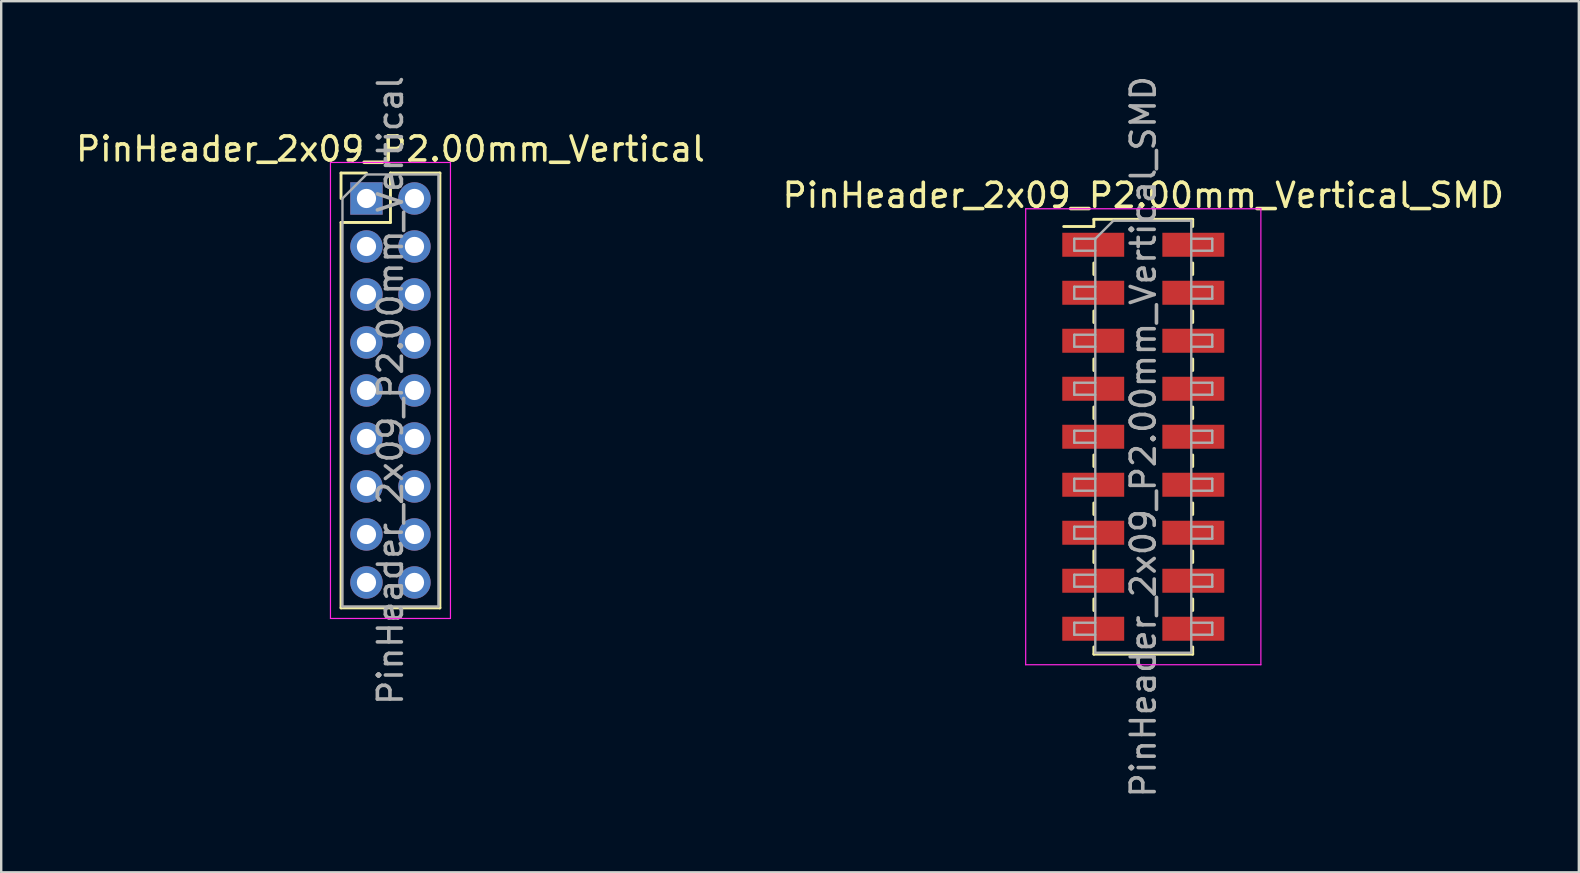
<source format=kicad_pcb>
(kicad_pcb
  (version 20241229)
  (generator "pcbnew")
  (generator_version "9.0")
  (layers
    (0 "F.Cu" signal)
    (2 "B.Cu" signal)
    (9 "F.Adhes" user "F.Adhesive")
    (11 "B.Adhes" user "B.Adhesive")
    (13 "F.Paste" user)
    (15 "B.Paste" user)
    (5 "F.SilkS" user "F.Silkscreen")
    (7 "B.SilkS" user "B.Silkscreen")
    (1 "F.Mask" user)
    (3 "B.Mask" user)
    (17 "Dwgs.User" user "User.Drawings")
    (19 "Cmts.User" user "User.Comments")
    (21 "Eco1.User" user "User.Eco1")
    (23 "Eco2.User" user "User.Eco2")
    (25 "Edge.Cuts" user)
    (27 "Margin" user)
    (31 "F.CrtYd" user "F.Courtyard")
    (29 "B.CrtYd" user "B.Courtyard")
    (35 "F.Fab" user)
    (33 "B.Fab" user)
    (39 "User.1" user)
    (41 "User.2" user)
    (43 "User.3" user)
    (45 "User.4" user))
  (footprint "PinHeader_2x09_P2.00mm_Vertical_SMD"
    (layer "F.Cu")
    (at 44.589 15.149)
    (property "Reference" "PinHeader_2x09_P2.00mm_Vertical_SMD" (at 0 -10.06 0) (layer "F.SilkS") (effects (font (size 1 1) (thickness 0.15))))
    (attr smd)
    (fp_line (start -3.315 -8.76) (end -2.06 -8.76) (stroke (width 0.12) (type solid)) (layer "F.SilkS"))
    (fp_line (start -2.06 -9.06) (end -2.06 -8.76) (stroke (width 0.12) (type solid)) (layer "F.SilkS"))
    (fp_line (start -2.06 -9.06) (end 2.06 -9.06) (stroke (width 0.12) (type solid)) (layer "F.SilkS"))
    (fp_line (start -2.06 -7.24) (end -2.06 -6.76) (stroke (width 0.12) (type solid)) (layer "F.SilkS"))
    (fp_line (start -2.06 -5.24) (end -2.06 -4.76) (stroke (width 0.12) (type solid)) (layer "F.SilkS"))
    (fp_line (start -2.06 -3.24) (end -2.06 -2.76) (stroke (width 0.12) (type solid)) (layer "F.SilkS"))
    (fp_line (start -2.06 -1.24) (end -2.06 -0.76) (stroke (width 0.12) (type solid)) (layer "F.SilkS"))
    (fp_line (start -2.06 0.76) (end -2.06 1.24) (stroke (width 0.12) (type solid)) (layer "F.SilkS"))
    (fp_line (start -2.06 2.76) (end -2.06 3.24) (stroke (width 0.12) (type solid)) (layer "F.SilkS"))
    (fp_line (start -2.06 4.76) (end -2.06 5.24) (stroke (width 0.12) (type solid)) (layer "F.SilkS"))
    (fp_line (start -2.06 6.76) (end -2.06 7.24) (stroke (width 0.12) (type solid)) (layer "F.SilkS"))
    (fp_line (start -2.06 8.76) (end -2.06 9.06) (stroke (width 0.12) (type solid)) (layer "F.SilkS"))
    (fp_line (start -2.06 9.06) (end 2.06 9.06) (stroke (width 0.12) (type solid)) (layer "F.SilkS"))
    (fp_line (start 2.06 -9.06) (end 2.06 -8.76) (stroke (width 0.12) (type solid)) (layer "F.SilkS"))
    (fp_line (start 2.06 -7.24) (end 2.06 -6.76) (stroke (width 0.12) (type solid)) (layer "F.SilkS"))
    (fp_line (start 2.06 -5.24) (end 2.06 -4.76) (stroke (width 0.12) (type solid)) (layer "F.SilkS"))
    (fp_line (start 2.06 -3.24) (end 2.06 -2.76) (stroke (width 0.12) (type solid)) (layer "F.SilkS"))
    (fp_line (start 2.06 -1.24) (end 2.06 -0.76) (stroke (width 0.12) (type solid)) (layer "F.SilkS"))
    (fp_line (start 2.06 0.76) (end 2.06 1.24) (stroke (width 0.12) (type solid)) (layer "F.SilkS"))
    (fp_line (start 2.06 2.76) (end 2.06 3.24) (stroke (width 0.12) (type solid)) (layer "F.SilkS"))
    (fp_line (start 2.06 4.76) (end 2.06 5.24) (stroke (width 0.12) (type solid)) (layer "F.SilkS"))
    (fp_line (start 2.06 6.76) (end 2.06 7.24) (stroke (width 0.12) (type solid)) (layer "F.SilkS"))
    (fp_line (start 2.06 8.76) (end 2.06 9.06) (stroke (width 0.12) (type solid)) (layer "F.SilkS"))
    (fp_line (start -4.9 -9.5) (end -4.9 9.5) (stroke (width 0.05) (type solid)) (layer "F.CrtYd"))
    (fp_line (start -4.9 9.5) (end 4.9 9.5) (stroke (width 0.05) (type solid)) (layer "F.CrtYd"))
    (fp_line (start 4.9 -9.5) (end -4.9 -9.5) (stroke (width 0.05) (type solid)) (layer "F.CrtYd"))
    (fp_line (start 4.9 9.5) (end 4.9 -9.5) (stroke (width 0.05) (type solid)) (layer "F.CrtYd"))
    (fp_line (start -2.875 -8.25) (end -2.875 -7.75) (stroke (width 0.1) (type solid)) (layer "F.Fab"))
    (fp_line (start -2.875 -7.75) (end -2 -7.75) (stroke (width 0.1) (type solid)) (layer "F.Fab"))
    (fp_line (start -2.875 -6.25) (end -2.875 -5.75) (stroke (width 0.1) (type solid)) (layer "F.Fab"))
    (fp_line (start -2.875 -5.75) (end -2 -5.75) (stroke (width 0.1) (type solid)) (layer "F.Fab"))
    (fp_line (start -2.875 -4.25) (end -2.875 -3.75) (stroke (width 0.1) (type solid)) (layer "F.Fab"))
    (fp_line (start -2.875 -3.75) (end -2 -3.75) (stroke (width 0.1) (type solid)) (layer "F.Fab"))
    (fp_line (start -2.875 -2.25) (end -2.875 -1.75) (stroke (width 0.1) (type solid)) (layer "F.Fab"))
    (fp_line (start -2.875 -1.75) (end -2 -1.75) (stroke (width 0.1) (type solid)) (layer "F.Fab"))
    (fp_line (start -2.875 -0.25) (end -2.875 0.25) (stroke (width 0.1) (type solid)) (layer "F.Fab"))
    (fp_line (start -2.875 0.25) (end -2 0.25) (stroke (width 0.1) (type solid)) (layer "F.Fab"))
    (fp_line (start -2.875 1.75) (end -2.875 2.25) (stroke (width 0.1) (type solid)) (layer "F.Fab"))
    (fp_line (start -2.875 2.25) (end -2 2.25) (stroke (width 0.1) (type solid)) (layer "F.Fab"))
    (fp_line (start -2.875 3.75) (end -2.875 4.25) (stroke (width 0.1) (type solid)) (layer "F.Fab"))
    (fp_line (start -2.875 4.25) (end -2 4.25) (stroke (width 0.1) (type solid)) (layer "F.Fab"))
    (fp_line (start -2.875 5.75) (end -2.875 6.25) (stroke (width 0.1) (type solid)) (layer "F.Fab"))
    (fp_line (start -2.875 6.25) (end -2 6.25) (stroke (width 0.1) (type solid)) (layer "F.Fab"))
    (fp_line (start -2.875 7.75) (end -2.875 8.25) (stroke (width 0.1) (type solid)) (layer "F.Fab"))
    (fp_line (start -2.875 8.25) (end -2 8.25) (stroke (width 0.1) (type solid)) (layer "F.Fab"))
    (fp_line (start -2 -8.25) (end -2.875 -8.25) (stroke (width 0.1) (type solid)) (layer "F.Fab"))
    (fp_line (start -2 -8.25) (end -1.25 -9) (stroke (width 0.1) (type solid)) (layer "F.Fab"))
    (fp_line (start -2 -6.25) (end -2.875 -6.25) (stroke (width 0.1) (type solid)) (layer "F.Fab"))
    (fp_line (start -2 -4.25) (end -2.875 -4.25) (stroke (width 0.1) (type solid)) (layer "F.Fab"))
    (fp_line (start -2 -2.25) (end -2.875 -2.25) (stroke (width 0.1) (type solid)) (layer "F.Fab"))
    (fp_line (start -2 -0.25) (end -2.875 -0.25) (stroke (width 0.1) (type solid)) (layer "F.Fab"))
    (fp_line (start -2 1.75) (end -2.875 1.75) (stroke (width 0.1) (type solid)) (layer "F.Fab"))
    (fp_line (start -2 3.75) (end -2.875 3.75) (stroke (width 0.1) (type solid)) (layer "F.Fab"))
    (fp_line (start -2 5.75) (end -2.875 5.75) (stroke (width 0.1) (type solid)) (layer "F.Fab"))
    (fp_line (start -2 7.75) (end -2.875 7.75) (stroke (width 0.1) (type solid)) (layer "F.Fab"))
    (fp_line (start -2 9) (end -2 -8.25) (stroke (width 0.1) (type solid)) (layer "F.Fab"))
    (fp_line (start -1.25 -9) (end 2 -9) (stroke (width 0.1) (type solid)) (layer "F.Fab"))
    (fp_line (start 2 -9) (end 2 9) (stroke (width 0.1) (type solid)) (layer "F.Fab"))
    (fp_line (start 2 -8.25) (end 2.875 -8.25) (stroke (width 0.1) (type solid)) (layer "F.Fab"))
    (fp_line (start 2 -6.25) (end 2.875 -6.25) (stroke (width 0.1) (type solid)) (layer "F.Fab"))
    (fp_line (start 2 -4.25) (end 2.875 -4.25) (stroke (width 0.1) (type solid)) (layer "F.Fab"))
    (fp_line (start 2 -2.25) (end 2.875 -2.25) (stroke (width 0.1) (type solid)) (layer "F.Fab"))
    (fp_line (start 2 -0.25) (end 2.875 -0.25) (stroke (width 0.1) (type solid)) (layer "F.Fab"))
    (fp_line (start 2 1.75) (end 2.875 1.75) (stroke (width 0.1) (type solid)) (layer "F.Fab"))
    (fp_line (start 2 3.75) (end 2.875 3.75) (stroke (width 0.1) (type solid)) (layer "F.Fab"))
    (fp_line (start 2 5.75) (end 2.875 5.75) (stroke (width 0.1) (type solid)) (layer "F.Fab"))
    (fp_line (start 2 7.75) (end 2.875 7.75) (stroke (width 0.1) (type solid)) (layer "F.Fab"))
    (fp_line (start 2 9) (end -2 9) (stroke (width 0.1) (type solid)) (layer "F.Fab"))
    (fp_line (start 2.875 -8.25) (end 2.875 -7.75) (stroke (width 0.1) (type solid)) (layer "F.Fab"))
    (fp_line (start 2.875 -7.75) (end 2 -7.75) (stroke (width 0.1) (type solid)) (layer "F.Fab"))
    (fp_line (start 2.875 -6.25) (end 2.875 -5.75) (stroke (width 0.1) (type solid)) (layer "F.Fab"))
    (fp_line (start 2.875 -5.75) (end 2 -5.75) (stroke (width 0.1) (type solid)) (layer "F.Fab"))
    (fp_line (start 2.875 -4.25) (end 2.875 -3.75) (stroke (width 0.1) (type solid)) (layer "F.Fab"))
    (fp_line (start 2.875 -3.75) (end 2 -3.75) (stroke (width 0.1) (type solid)) (layer "F.Fab"))
    (fp_line (start 2.875 -2.25) (end 2.875 -1.75) (stroke (width 0.1) (type solid)) (layer "F.Fab"))
    (fp_line (start 2.875 -1.75) (end 2 -1.75) (stroke (width 0.1) (type solid)) (layer "F.Fab"))
    (fp_line (start 2.875 -0.25) (end 2.875 0.25) (stroke (width 0.1) (type solid)) (layer "F.Fab"))
    (fp_line (start 2.875 0.25) (end 2 0.25) (stroke (width 0.1) (type solid)) (layer "F.Fab"))
    (fp_line (start 2.875 1.75) (end 2.875 2.25) (stroke (width 0.1) (type solid)) (layer "F.Fab"))
    (fp_line (start 2.875 2.25) (end 2 2.25) (stroke (width 0.1) (type solid)) (layer "F.Fab"))
    (fp_line (start 2.875 3.75) (end 2.875 4.25) (stroke (width 0.1) (type solid)) (layer "F.Fab"))
    (fp_line (start 2.875 4.25) (end 2 4.25) (stroke (width 0.1) (type solid)) (layer "F.Fab"))
    (fp_line (start 2.875 5.75) (end 2.875 6.25) (stroke (width 0.1) (type solid)) (layer "F.Fab"))
    (fp_line (start 2.875 6.25) (end 2 6.25) (stroke (width 0.1) (type solid)) (layer "F.Fab"))
    (fp_line (start 2.875 7.75) (end 2.875 8.25) (stroke (width 0.1) (type solid)) (layer "F.Fab"))
    (fp_line (start 2.875 8.25) (end 2 8.25) (stroke (width 0.1) (type solid)) (layer "F.Fab"))
    (fp_text user "${REFERENCE}" (at 0 0 90) (layer "F.Fab") (effects (font (size 1 1) (thickness 0.15))))
    (pad "1" smd rect (at -2.085 -8) (size 2.58 1) (layers "F.Cu" "F.Mask" "F.Paste"))
    (pad "2" smd rect (at 2.085 -8) (size 2.58 1) (layers "F.Cu" "F.Mask" "F.Paste"))
    (pad "3" smd rect (at -2.085 -6) (size 2.58 1) (layers "F.Cu" "F.Mask" "F.Paste"))
    (pad "4" smd rect (at 2.085 -6) (size 2.58 1) (layers "F.Cu" "F.Mask" "F.Paste"))
    (pad "5" smd rect (at -2.085 -4) (size 2.58 1) (layers "F.Cu" "F.Mask" "F.Paste"))
    (pad "6" smd rect (at 2.085 -4) (size 2.58 1) (layers "F.Cu" "F.Mask" "F.Paste"))
    (pad "7" smd rect (at -2.085 -2) (size 2.58 1) (layers "F.Cu" "F.Mask" "F.Paste"))
    (pad "8" smd rect (at 2.085 -2) (size 2.58 1) (layers "F.Cu" "F.Mask" "F.Paste"))
    (pad "9" smd rect (at -2.085 0) (size 2.58 1) (layers "F.Cu" "F.Mask" "F.Paste"))
    (pad "10" smd rect (at 2.085 0) (size 2.58 1) (layers "F.Cu" "F.Mask" "F.Paste"))
    (pad "11" smd rect (at -2.085 2) (size 2.58 1) (layers "F.Cu" "F.Mask" "F.Paste"))
    (pad "12" smd rect (at 2.085 2) (size 2.58 1) (layers "F.Cu" "F.Mask" "F.Paste"))
    (pad "13" smd rect (at -2.085 4) (size 2.58 1) (layers "F.Cu" "F.Mask" "F.Paste"))
    (pad "14" smd rect (at 2.085 4) (size 2.58 1) (layers "F.Cu" "F.Mask" "F.Paste"))
    (pad "15" smd rect (at -2.085 6) (size 2.58 1) (layers "F.Cu" "F.Mask" "F.Paste"))
    (pad "16" smd rect (at 2.085 6) (size 2.58 1) (layers "F.Cu" "F.Mask" "F.Paste"))
    (pad "17" smd rect (at -2.085 8) (size 2.58 1) (layers "F.Cu" "F.Mask" "F.Paste"))
    (pad "18" smd rect (at 2.085 8) (size 2.58 1) (layers "F.Cu" "F.Mask" "F.Paste")))
  (footprint "PinHeader_2x09_P2.00mm_Vertical"
    (layer "F.Cu")
    (at 12.22 5.22)
    (property "Reference" "PinHeader_2x09_P2.00mm_Vertical" (at 1 -2.06 0) (layer "F.SilkS") (effects (font (size 1 1) (thickness 0.15))))
    (attr through_hole)
    (fp_line (start -1.06 -1.06) (end 0 -1.06) (stroke (width 0.12) (type solid)) (layer "F.SilkS"))
    (fp_line (start -1.06 0) (end -1.06 -1.06) (stroke (width 0.12) (type solid)) (layer "F.SilkS"))
    (fp_line (start -1.06 1) (end -1.06 17.06) (stroke (width 0.12) (type solid)) (layer "F.SilkS"))
    (fp_line (start -1.06 1) (end 1 1) (stroke (width 0.12) (type solid)) (layer "F.SilkS"))
    (fp_line (start -1.06 17.06) (end 3.06 17.06) (stroke (width 0.12) (type solid)) (layer "F.SilkS"))
    (fp_line (start 1 -1.06) (end 3.06 -1.06) (stroke (width 0.12) (type solid)) (layer "F.SilkS"))
    (fp_line (start 1 1) (end 1 -1.06) (stroke (width 0.12) (type solid)) (layer "F.SilkS"))
    (fp_line (start 3.06 -1.06) (end 3.06 17.06) (stroke (width 0.12) (type solid)) (layer "F.SilkS"))
    (fp_line (start -1.5 -1.5) (end -1.5 17.5) (stroke (width 0.05) (type solid)) (layer "F.CrtYd"))
    (fp_line (start -1.5 17.5) (end 3.5 17.5) (stroke (width 0.05) (type solid)) (layer "F.CrtYd"))
    (fp_line (start 3.5 -1.5) (end -1.5 -1.5) (stroke (width 0.05) (type solid)) (layer "F.CrtYd"))
    (fp_line (start 3.5 17.5) (end 3.5 -1.5) (stroke (width 0.05) (type solid)) (layer "F.CrtYd"))
    (fp_line (start -1 0) (end 0 -1) (stroke (width 0.1) (type solid)) (layer "F.Fab"))
    (fp_line (start -1 17) (end -1 0) (stroke (width 0.1) (type solid)) (layer "F.Fab"))
    (fp_line (start 0 -1) (end 3 -1) (stroke (width 0.1) (type solid)) (layer "F.Fab"))
    (fp_line (start 3 -1) (end 3 17) (stroke (width 0.1) (type solid)) (layer "F.Fab"))
    (fp_line (start 3 17) (end -1 17) (stroke (width 0.1) (type solid)) (layer "F.Fab"))
    (fp_text user "${REFERENCE}" (at 1 8 90) (layer "F.Fab") (effects (font (size 1 1) (thickness 0.15))))
    (pad "1" thru_hole rect (at 0 0) (size 1.35 1.35) (drill 0.8) (layers "*.Cu" "*.Mask"))
    (pad "2" thru_hole oval (at 2 0) (size 1.35 1.35) (drill 0.8) (layers "*.Cu" "*.Mask"))
    (pad "3" thru_hole oval (at 0 2) (size 1.35 1.35) (drill 0.8) (layers "*.Cu" "*.Mask"))
    (pad "4" thru_hole oval (at 2 2) (size 1.35 1.35) (drill 0.8) (layers "*.Cu" "*.Mask"))
    (pad "5" thru_hole oval (at 0 4) (size 1.35 1.35) (drill 0.8) (layers "*.Cu" "*.Mask"))
    (pad "6" thru_hole oval (at 2 4) (size 1.35 1.35) (drill 0.8) (layers "*.Cu" "*.Mask"))
    (pad "7" thru_hole oval (at 0 6) (size 1.35 1.35) (drill 0.8) (layers "*.Cu" "*.Mask"))
    (pad "8" thru_hole oval (at 2 6) (size 1.35 1.35) (drill 0.8) (layers "*.Cu" "*.Mask"))
    (pad "9" thru_hole oval (at 0 8) (size 1.35 1.35) (drill 0.8) (layers "*.Cu" "*.Mask"))
    (pad "10" thru_hole oval (at 2 8) (size 1.35 1.35) (drill 0.8) (layers "*.Cu" "*.Mask"))
    (pad "11" thru_hole oval (at 0 10) (size 1.35 1.35) (drill 0.8) (layers "*.Cu" "*.Mask"))
    (pad "12" thru_hole oval (at 2 10) (size 1.35 1.35) (drill 0.8) (layers "*.Cu" "*.Mask"))
    (pad "13" thru_hole oval (at 0 12) (size 1.35 1.35) (drill 0.8) (layers "*.Cu" "*.Mask"))
    (pad "14" thru_hole oval (at 2 12) (size 1.35 1.35) (drill 0.8) (layers "*.Cu" "*.Mask"))
    (pad "15" thru_hole oval (at 0 14) (size 1.35 1.35) (drill 0.8) (layers "*.Cu" "*.Mask"))
    (pad "16" thru_hole oval (at 2 14) (size 1.35 1.35) (drill 0.8) (layers "*.Cu" "*.Mask"))
    (pad "17" thru_hole oval (at 0 16) (size 1.35 1.35) (drill 0.8) (layers "*.Cu" "*.Mask"))
    (pad "18" thru_hole oval (at 2 16) (size 1.35 1.35) (drill 0.8) (layers "*.Cu" "*.Mask")))
  (gr_rect
    (start -3 -3)
    (end 62.738 33.298)
    (stroke (width 0.1) (type default))
    (fill no)
    (layer "Edge.Cuts")))
</source>
